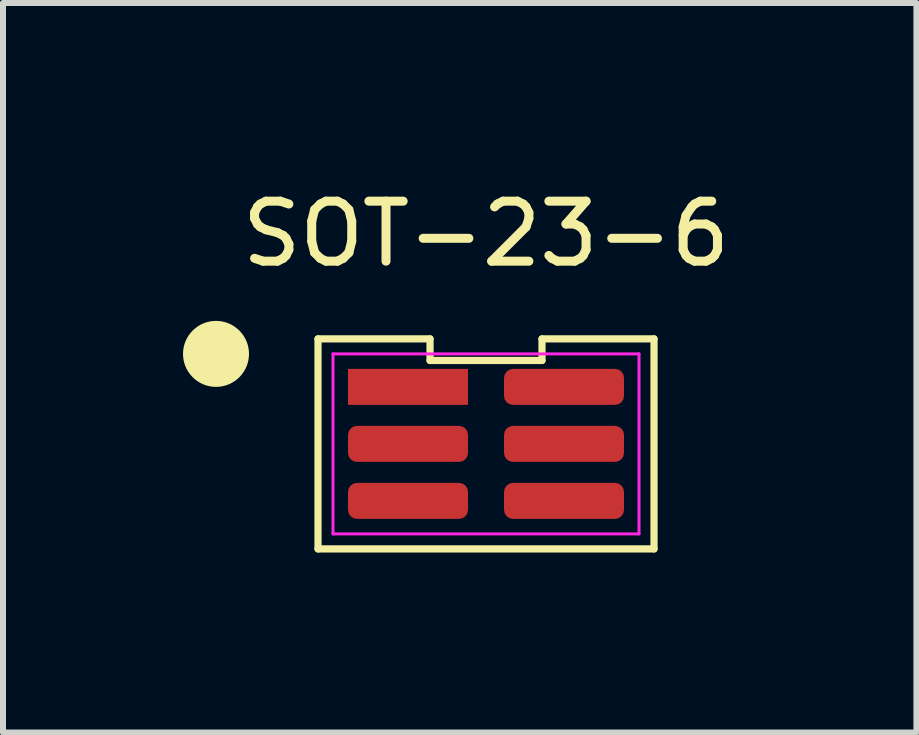
<source format=kicad_pcb>
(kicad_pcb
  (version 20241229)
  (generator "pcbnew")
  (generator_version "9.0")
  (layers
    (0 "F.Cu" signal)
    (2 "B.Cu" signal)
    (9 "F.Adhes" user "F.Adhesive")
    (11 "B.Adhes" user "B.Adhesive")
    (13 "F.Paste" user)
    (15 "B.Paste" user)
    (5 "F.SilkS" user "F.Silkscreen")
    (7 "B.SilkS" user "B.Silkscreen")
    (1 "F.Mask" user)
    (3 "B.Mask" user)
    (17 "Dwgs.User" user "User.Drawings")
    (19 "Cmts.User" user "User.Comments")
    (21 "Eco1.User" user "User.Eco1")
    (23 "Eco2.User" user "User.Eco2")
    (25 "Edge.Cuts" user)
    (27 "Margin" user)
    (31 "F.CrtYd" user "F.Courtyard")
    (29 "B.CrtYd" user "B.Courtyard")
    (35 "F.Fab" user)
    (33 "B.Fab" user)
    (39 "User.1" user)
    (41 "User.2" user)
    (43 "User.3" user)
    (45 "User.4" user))
  (footprint "SOT-23-6"
    (layer "F.Cu")
    (at 5.05 4.348)
    (property "Reference" "SOT-23-6" (at 0 -3.5 0) (layer "F.SilkS") (effects (font (size 1 1) (thickness 0.15))))
    (attr through_hole)
    (fp_line (start -2.8 -1.75) (end -2.8 1.75) (stroke (width 0.12) (type default)) (layer "F.SilkS"))
    (fp_line (start -2.8 1.75) (end 2.8 1.75) (stroke (width 0.12) (type default)) (layer "F.SilkS"))
    (fp_line (start -0.933 -1.75) (end -2.8 -1.75) (stroke (width 0.12) (type default)) (layer "F.SilkS"))
    (fp_line (start -0.933 -1.39) (end -0.933 -1.75) (stroke (width 0.12) (type default)) (layer "F.SilkS"))
    (fp_line (start 0.933 -1.75) (end 0.933 -1.39) (stroke (width 0.12) (type default)) (layer "F.SilkS"))
    (fp_line (start 0.933 -1.39) (end -0.933 -1.39) (stroke (width 0.12) (type default)) (layer "F.SilkS"))
    (fp_line (start 2.8 -1.75) (end 0.933 -1.75) (stroke (width 0.12) (type default)) (layer "F.SilkS"))
    (fp_line (start 2.8 1.75) (end 2.8 -1.75) (stroke (width 0.12) (type default)) (layer "F.SilkS"))
    (fp_circle (center -4.5 -1.5) (end -4 -1.5) (stroke (width 0.1) (type solid)) (fill yes) (layer "F.SilkS"))
    (fp_line (start -2.55 -1.5) (end 2.55 -1.5) (stroke (width 0.05) (type default)) (layer "F.CrtYd"))
    (fp_line (start -2.55 1.5) (end -2.55 -1.5) (stroke (width 0.05) (type default)) (layer "F.CrtYd"))
    (fp_line (start 2.55 -1.5) (end 2.55 1.5) (stroke (width 0.05) (type default)) (layer "F.CrtYd"))
    (fp_line (start 2.55 1.5) (end -2.55 1.5) (stroke (width 0.05) (type default)) (layer "F.CrtYd"))
    (pad "1" smd rect (at -1.3 -0.95 270) (size 0.6 2) (layers "F.Cu" "F.Mask" "F.Paste"))
    (pad "2" smd roundrect (at -1.3 0 270) (size 0.6 2) (layers "F.Cu" "F.Mask" "F.Paste") (roundrect_rratio 0.25))
    (pad "3" smd roundrect (at -1.3 0.95 270) (size 0.6 2) (layers "F.Cu" "F.Mask" "F.Paste") (roundrect_rratio 0.25))
    (pad "4" smd roundrect (at 1.3 0.95 270) (size 0.6 2) (layers "F.Cu" "F.Mask" "F.Paste") (roundrect_rratio 0.25))
    (pad "5" smd roundrect (at 1.3 0 270) (size 0.6 2) (layers "F.Cu" "F.Mask" "F.Paste") (roundrect_rratio 0.25))
    (pad "6" smd roundrect (at 1.3 -0.95 270) (size 0.6 2) (layers "F.Cu" "F.Mask" "F.Paste") (roundrect_rratio 0.25)))
  (gr_rect
    (start -3 -3)
    (end 12.223 9.158)
    (stroke (width 0.1) (type default))
    (fill no)
    (layer "Edge.Cuts")))
</source>
